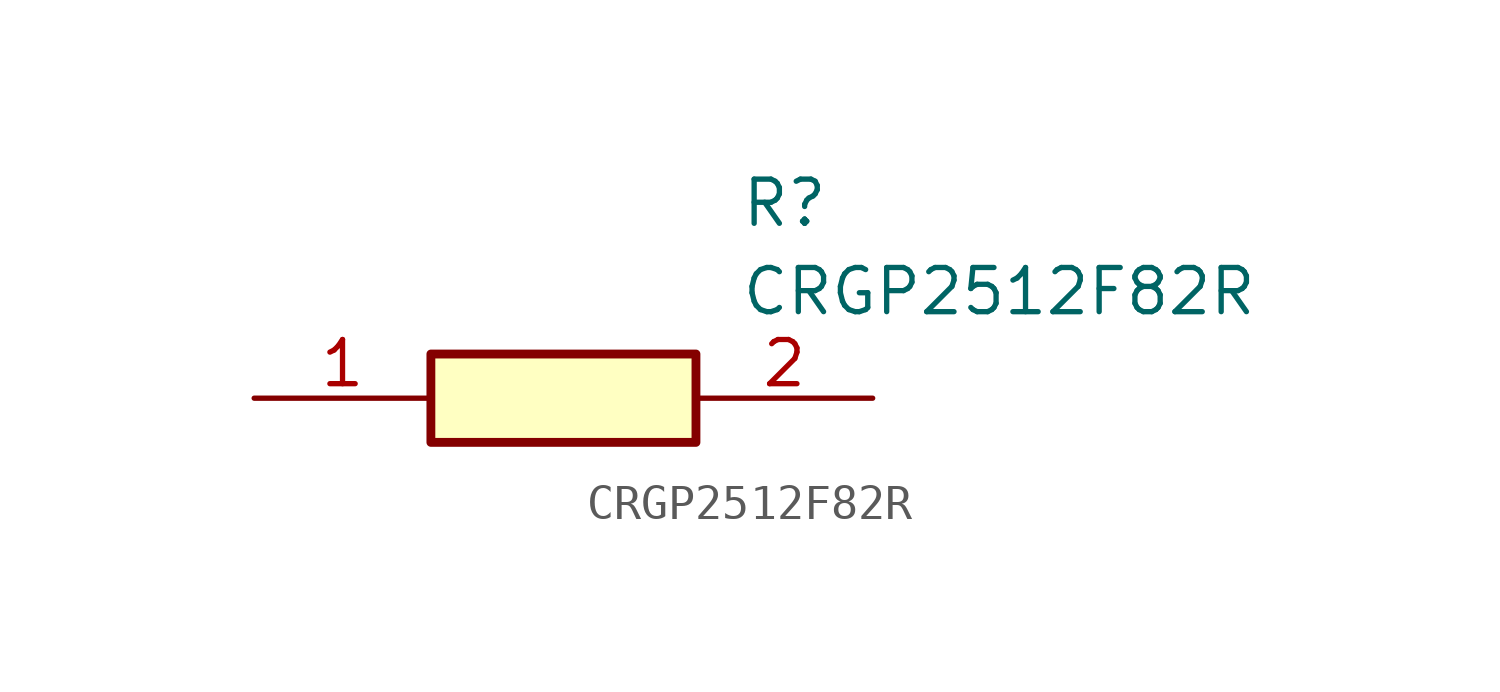
<source format=kicad_sym>
(kicad_symbol_lib
  (version 20211014)
  (generator SamacSys_ECAD_Model)
  (symbol "CRGP2512F82R"
    (pin_names hide)
    (property "Reference" "R"
      (at 13.97 6.35 0)
      (effects (font (size 1.27 1.27)) (justify left top)))
    (property "Value" "CRGP2512F82R"
      (at 13.97 3.81 0)
      (effects (font (size 1.27 1.27)) (justify left top)))
    (rectangle
      (start 5.08 1.27)
      (end 12.7 -1.27)
      (stroke (width 0.254) (type default))
      (fill (type background)))
    (pin passive line
      (at 0 0 0)
      (length 5.08)
      (name "1" (effects (font (size 1.27 1.27))))
      (number "1" (effects (font (size 1.27 1.27)))))
    (pin passive line
      (at 17.78 0 180)
      (length 5.08)
      (name "2" (effects (font (size 1.27 1.27))))
      (number "2" (effects (font (size 1.27 1.27)))))))
</source>
